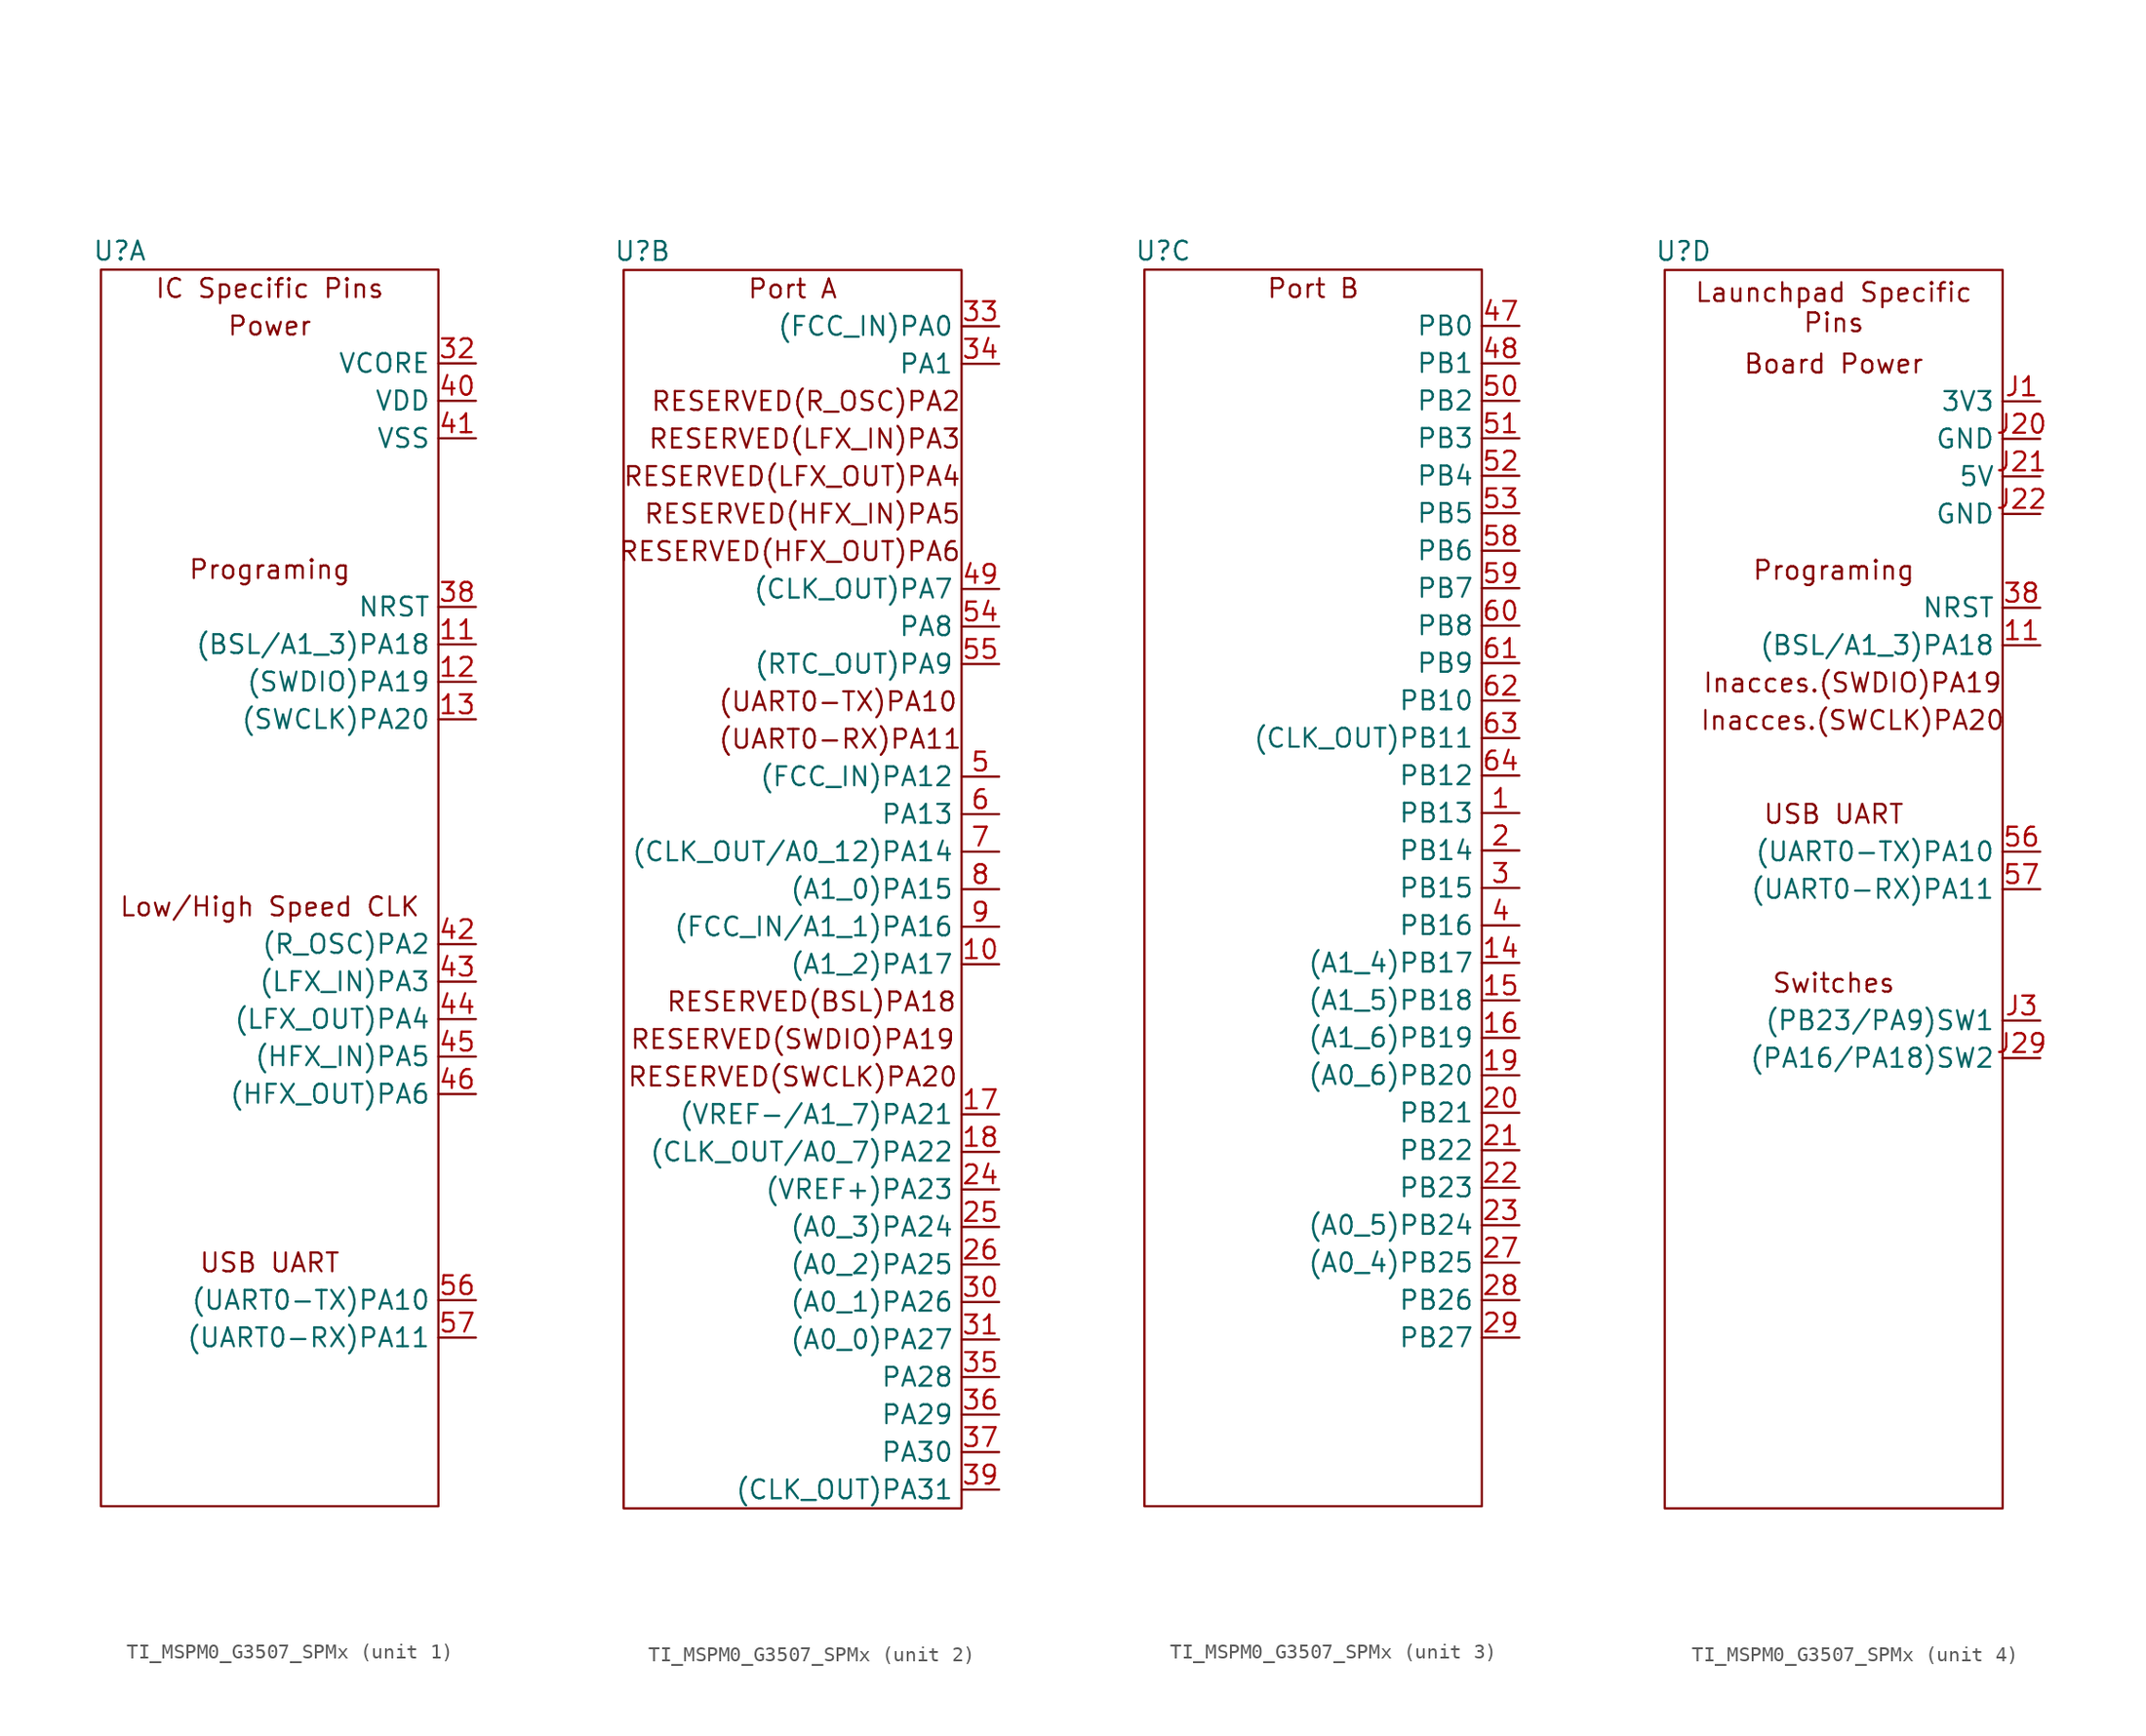
<source format=kicad_sym>
(kicad_symbol_lib
  (version 20220914)
  (generator kicad_symbol_editor)
  (symbol "TI_MSPM0_G3507_SPMx"
    (property "Reference" "U"
      (at 1.27 85.09 0)
      (effects (font (size 1.27 1.27))))
    (property "Value" ""
      (at 0 88.9 0)
      (effects (font (size 1.27 1.27))))
    (property "ki_locked" ""
      (at 0 0 0)
      (effects (font (size 1.27 1.27))))
    (symbol "TI_MSPM0_G3507_SPMx_1_1"
      (rectangle (start 0 83.82) (end 22.86 0) (stroke (width 0) (type default)) (fill (type none)))
      (text "IC Specific Pins" (at 11.43 82.55 0) (effects (font (size 1.27 1.27))))
      (text "Low/High Speed CLK" (at 11.43 40.64 0) (effects (font (size 1.27 1.27))))
      (text "Power\n" (at 11.43 80.01 0) (effects (font (size 1.27 1.27))))
      (text "Programing" (at 11.43 63.5 0) (effects (font (size 1.27 1.27))))
      (text "USB UART" (at 11.43 16.51 0) (effects (font (size 1.27 1.27))))
      (pin bidirectional line (at 25.4 58.42 180) (length 2.54) (name "(BSL/A1_3)PA18" (effects (font (size 1.27 1.27)))) (number "11" (effects (font (size 1.27 1.27)))))
      (pin bidirectional line (at 25.4 55.88 180) (length 2.54) (name "(SWDIO)PA19" (effects (font (size 1.27 1.27)))) (number "12" (effects (font (size 1.27 1.27)))))
      (pin bidirectional line (at 25.4 53.34 180) (length 2.54) (name "(SWCLK)PA20" (effects (font (size 1.27 1.27)))) (number "13" (effects (font (size 1.27 1.27)))))
      (pin bidirectional line (at 25.4 77.47 180) (length 2.54) (name "VCORE" (effects (font (size 1.27 1.27)))) (number "32" (effects (font (size 1.27 1.27)))))
      (pin bidirectional line (at 25.4 60.96 180) (length 2.54) (name "NRST" (effects (font (size 1.27 1.27)))) (number "38" (effects (font (size 1.27 1.27)))))
      (pin bidirectional line (at 25.4 74.93 180) (length 2.54) (name "VDD" (effects (font (size 1.27 1.27)))) (number "40" (effects (font (size 1.27 1.27)))))
      (pin bidirectional line (at 25.4 72.39 180) (length 2.54) (name "VSS" (effects (font (size 1.27 1.27)))) (number "41" (effects (font (size 1.27 1.27)))))
      (pin bidirectional line (at 25.4 38.1 180) (length 2.54) (name "(R_OSC)PA2" (effects (font (size 1.27 1.27)))) (number "42" (effects (font (size 1.27 1.27)))))
      (pin bidirectional line (at 25.4 35.56 180) (length 2.54) (name "(LFX_IN)PA3" (effects (font (size 1.27 1.27)))) (number "43" (effects (font (size 1.27 1.27)))))
      (pin bidirectional line (at 25.4 33.02 180) (length 2.54) (name "(LFX_OUT)PA4" (effects (font (size 1.27 1.27)))) (number "44" (effects (font (size 1.27 1.27)))))
      (pin bidirectional line (at 25.4 30.48 180) (length 2.54) (name "(HFX_IN)PA5" (effects (font (size 1.27 1.27)))) (number "45" (effects (font (size 1.27 1.27)))))
      (pin bidirectional line (at 25.4 27.94 180) (length 2.54) (name "(HFX_OUT)PA6" (effects (font (size 1.27 1.27)))) (number "46" (effects (font (size 1.27 1.27)))))
      (pin bidirectional line (at 25.4 13.97 180) (length 2.54) (name "(UART0-TX)PA10" (effects (font (size 1.27 1.27)))) (number "56" (effects (font (size 1.27 1.27)))))
      (pin bidirectional line (at 25.4 11.43 180) (length 2.54) (name "(UART0-RX)PA11" (effects (font (size 1.27 1.27)))) (number "57" (effects (font (size 1.27 1.27))))))
    (symbol "TI_MSPM0_G3507_SPMx_2_1"
      (rectangle (start 0 83.82) (end 22.86 0) (stroke (width 0) (type default)) (fill (type none)))
      (text "(UART0-RX)PA11\n" (at 6.35 52.07 0) (effects (font (size 1.27 1.27)) (justify left)))
      (text "(UART0-TX)PA10" (at 6.35 54.61 0) (effects (font (size 1.27 1.27)) (justify left)))
      (text "Port A" (at 11.43 82.55 0) (effects (font (size 1.27 1.27))))
      (text "RESERVED(BSL)PA18\n" (at 12.7 34.29 0) (effects (font (size 1.27 1.27))))
      (text "RESERVED(HFX_IN)PA5" (at 22.86 67.31 0) (effects (font (size 1.27 1.27)) (justify right)))
      (text "RESERVED(HFX_OUT)PA6" (at 22.86 64.77 0) (effects (font (size 1.27 1.27)) (justify right)))
      (text "RESERVED(LFX_IN)PA3\n" (at 22.86 72.39 0) (effects (font (size 1.27 1.27)) (justify right)))
      (text "RESERVED(LFX_OUT)PA4\n" (at 22.86 69.85 0) (effects (font (size 1.27 1.27)) (justify right)))
      (text "RESERVED(R_OSC)PA2\n" (at 22.86 74.93 0) (effects (font (size 1.27 1.27)) (justify right)))
      (text "RESERVED(SWCLK)PA20" (at 11.43 29.21 0) (effects (font (size 1.27 1.27))))
      (text "RESERVED(SWDIO)PA19" (at 11.43 31.75 0) (effects (font (size 1.27 1.27))))
      (pin bidirectional line (at 25.4 36.83 180) (length 2.54) (name "(A1_2)PA17" (effects (font (size 1.27 1.27)))) (number "10" (effects (font (size 1.27 1.27)))))
      (pin bidirectional line (at 25.4 26.67 180) (length 2.54) (name "(VREF-/A1_7)PA21" (effects (font (size 1.27 1.27)))) (number "17" (effects (font (size 1.27 1.27)))))
      (pin bidirectional line (at 25.4 24.13 180) (length 2.54) (name "(CLK_OUT/A0_7)PA22" (effects (font (size 1.27 1.27)))) (number "18" (effects (font (size 1.27 1.27)))))
      (pin bidirectional line (at 25.4 21.59 180) (length 2.54) (name "(VREF+)PA23" (effects (font (size 1.27 1.27)))) (number "24" (effects (font (size 1.27 1.27)))))
      (pin bidirectional line (at 25.4 19.05 180) (length 2.54) (name "(A0_3)PA24" (effects (font (size 1.27 1.27)))) (number "25" (effects (font (size 1.27 1.27)))))
      (pin bidirectional line (at 25.4 16.51 180) (length 2.54) (name "(A0_2)PA25" (effects (font (size 1.27 1.27)))) (number "26" (effects (font (size 1.27 1.27)))))
      (pin bidirectional line (at 25.4 13.97 180) (length 2.54) (name "(A0_1)PA26" (effects (font (size 1.27 1.27)))) (number "30" (effects (font (size 1.27 1.27)))))
      (pin bidirectional line (at 25.4 11.43 180) (length 2.54) (name "(A0_0)PA27" (effects (font (size 1.27 1.27)))) (number "31" (effects (font (size 1.27 1.27)))))
      (pin bidirectional line (at 25.4 80.01 180) (length 2.54) (name "(FCC_IN)PA0" (effects (font (size 1.27 1.27)))) (number "33" (effects (font (size 1.27 1.27)))))
      (pin bidirectional line (at 25.4 77.47 180) (length 2.54) (name "PA1" (effects (font (size 1.27 1.27)))) (number "34" (effects (font (size 1.27 1.27)))))
      (pin bidirectional line (at 25.4 8.89 180) (length 2.54) (name "PA28" (effects (font (size 1.27 1.27)))) (number "35" (effects (font (size 1.27 1.27)))))
      (pin bidirectional line (at 25.4 6.35 180) (length 2.54) (name "PA29" (effects (font (size 1.27 1.27)))) (number "36" (effects (font (size 1.27 1.27)))))
      (pin bidirectional line (at 25.4 3.81 180) (length 2.54) (name "PA30" (effects (font (size 1.27 1.27)))) (number "37" (effects (font (size 1.27 1.27)))))
      (pin bidirectional line (at 25.4 1.27 180) (length 2.54) (name "(CLK_OUT)PA31" (effects (font (size 1.27 1.27)))) (number "39" (effects (font (size 1.27 1.27)))))
      (pin bidirectional line (at 25.4 62.23 180) (length 2.54) (name "(CLK_OUT)PA7" (effects (font (size 1.27 1.27)))) (number "49" (effects (font (size 1.27 1.27)))))
      (pin bidirectional line (at 25.4 49.53 180) (length 2.54) (name "(FCC_IN)PA12" (effects (font (size 1.27 1.27)))) (number "5" (effects (font (size 1.27 1.27)))))
      (pin bidirectional line (at 25.4 59.69 180) (length 2.54) (name "PA8" (effects (font (size 1.27 1.27)))) (number "54" (effects (font (size 1.27 1.27)))))
      (pin bidirectional line (at 25.4 57.15 180) (length 2.54) (name "(RTC_OUT)PA9" (effects (font (size 1.27 1.27)))) (number "55" (effects (font (size 1.27 1.27)))))
      (pin bidirectional line (at 25.4 46.99 180) (length 2.54) (name "PA13" (effects (font (size 1.27 1.27)))) (number "6" (effects (font (size 1.27 1.27)))))
      (pin bidirectional line (at 25.4 44.45 180) (length 2.54) (name "(CLK_OUT/A0_12)PA14" (effects (font (size 1.27 1.27)))) (number "7" (effects (font (size 1.27 1.27)))))
      (pin bidirectional line (at 25.4 41.91 180) (length 2.54) (name "(A1_0)PA15" (effects (font (size 1.27 1.27)))) (number "8" (effects (font (size 1.27 1.27)))))
      (pin bidirectional line (at 25.4 39.37 180) (length 2.54) (name "(FCC_IN/A1_1)PA16" (effects (font (size 1.27 1.27)))) (number "9" (effects (font (size 1.27 1.27))))))
    (symbol "TI_MSPM0_G3507_SPMx_3_1"
      (rectangle (start 0 83.82) (end 22.86 0) (stroke (width 0) (type default)) (fill (type none)))
      (text "Port B" (at 11.43 82.55 0) (effects (font (size 1.27 1.27))))
      (pin bidirectional line (at 25.4 46.99 180) (length 2.54) (name "PB13" (effects (font (size 1.27 1.27)))) (number "1" (effects (font (size 1.27 1.27)))))
      (pin bidirectional line (at 25.4 36.83 180) (length 2.54) (name "(A1_4)PB17" (effects (font (size 1.27 1.27)))) (number "14" (effects (font (size 1.27 1.27)))))
      (pin bidirectional line (at 25.4 34.29 180) (length 2.54) (name "(A1_5)PB18" (effects (font (size 1.27 1.27)))) (number "15" (effects (font (size 1.27 1.27)))))
      (pin bidirectional line (at 25.4 31.75 180) (length 2.54) (name "(A1_6)PB19" (effects (font (size 1.27 1.27)))) (number "16" (effects (font (size 1.27 1.27)))))
      (pin bidirectional line (at 25.4 29.21 180) (length 2.54) (name "(A0_6)PB20" (effects (font (size 1.27 1.27)))) (number "19" (effects (font (size 1.27 1.27)))))
      (pin bidirectional line (at 25.4 44.45 180) (length 2.54) (name "PB14" (effects (font (size 1.27 1.27)))) (number "2" (effects (font (size 1.27 1.27)))))
      (pin bidirectional line (at 25.4 26.67 180) (length 2.54) (name "PB21" (effects (font (size 1.27 1.27)))) (number "20" (effects (font (size 1.27 1.27)))))
      (pin bidirectional line (at 25.4 24.13 180) (length 2.54) (name "PB22" (effects (font (size 1.27 1.27)))) (number "21" (effects (font (size 1.27 1.27)))))
      (pin bidirectional line (at 25.4 21.59 180) (length 2.54) (name "PB23" (effects (font (size 1.27 1.27)))) (number "22" (effects (font (size 1.27 1.27)))))
      (pin bidirectional line (at 25.4 19.05 180) (length 2.54) (name "(A0_5)PB24" (effects (font (size 1.27 1.27)))) (number "23" (effects (font (size 1.27 1.27)))))
      (pin bidirectional line (at 25.4 16.51 180) (length 2.54) (name "(A0_4)PB25" (effects (font (size 1.27 1.27)))) (number "27" (effects (font (size 1.27 1.27)))))
      (pin bidirectional line (at 25.4 13.97 180) (length 2.54) (name "PB26" (effects (font (size 1.27 1.27)))) (number "28" (effects (font (size 1.27 1.27)))))
      (pin bidirectional line (at 25.4 11.43 180) (length 2.54) (name "PB27" (effects (font (size 1.27 1.27)))) (number "29" (effects (font (size 1.27 1.27)))))
      (pin bidirectional line (at 25.4 41.91 180) (length 2.54) (name "PB15" (effects (font (size 1.27 1.27)))) (number "3" (effects (font (size 1.27 1.27)))))
      (pin bidirectional line (at 25.4 39.37 180) (length 2.54) (name "PB16" (effects (font (size 1.27 1.27)))) (number "4" (effects (font (size 1.27 1.27)))))
      (pin bidirectional line (at 25.4 80.01 180) (length 2.54) (name "PB0" (effects (font (size 1.27 1.27)))) (number "47" (effects (font (size 1.27 1.27)))))
      (pin bidirectional line (at 25.4 77.47 180) (length 2.54) (name "PB1" (effects (font (size 1.27 1.27)))) (number "48" (effects (font (size 1.27 1.27)))))
      (pin bidirectional line (at 25.4 74.93 180) (length 2.54) (name "PB2" (effects (font (size 1.27 1.27)))) (number "50" (effects (font (size 1.27 1.27)))))
      (pin bidirectional line (at 25.4 72.39 180) (length 2.54) (name "PB3" (effects (font (size 1.27 1.27)))) (number "51" (effects (font (size 1.27 1.27)))))
      (pin bidirectional line (at 25.4 69.85 180) (length 2.54) (name "PB4" (effects (font (size 1.27 1.27)))) (number "52" (effects (font (size 1.27 1.27)))))
      (pin bidirectional line (at 25.4 67.31 180) (length 2.54) (name "PB5" (effects (font (size 1.27 1.27)))) (number "53" (effects (font (size 1.27 1.27)))))
      (pin bidirectional line (at 25.4 64.77 180) (length 2.54) (name "PB6" (effects (font (size 1.27 1.27)))) (number "58" (effects (font (size 1.27 1.27)))))
      (pin bidirectional line (at 25.4 62.23 180) (length 2.54) (name "PB7" (effects (font (size 1.27 1.27)))) (number "59" (effects (font (size 1.27 1.27)))))
      (pin bidirectional line (at 25.4 59.69 180) (length 2.54) (name "PB8" (effects (font (size 1.27 1.27)))) (number "60" (effects (font (size 1.27 1.27)))))
      (pin bidirectional line (at 25.4 57.15 180) (length 2.54) (name "PB9" (effects (font (size 1.27 1.27)))) (number "61" (effects (font (size 1.27 1.27)))))
      (pin bidirectional line (at 25.4 54.61 180) (length 2.54) (name "PB10" (effects (font (size 1.27 1.27)))) (number "62" (effects (font (size 1.27 1.27)))))
      (pin bidirectional line (at 25.4 52.07 180) (length 2.54) (name "(CLK_OUT)PB11" (effects (font (size 1.27 1.27)))) (number "63" (effects (font (size 1.27 1.27)))))
      (pin bidirectional line (at 25.4 49.53 180) (length 2.54) (name "PB12" (effects (font (size 1.27 1.27)))) (number "64" (effects (font (size 1.27 1.27))))))
    (symbol "TI_MSPM0_G3507_SPMx_4_1"
      (rectangle (start 0 83.82) (end 22.86 0) (stroke (width 0) (type default)) (fill (type none)))
      (text "Board Power" (at 11.43 77.47 0) (effects (font (size 1.27 1.27))))
      (text "Inacces.(SWCLK)PA20" (at 12.7 53.34 0) (effects (font (size 1.27 1.27))))
      (text "Inacces.(SWDIO)PA19" (at 12.7 55.88 0) (effects (font (size 1.27 1.27))))
      (text "Launchpad Specific\nPins" (at 11.43 81.28 0) (effects (font (size 1.27 1.27))))
      (text "Programing" (at 11.43 63.5 0) (effects (font (size 1.27 1.27))))
      (text "Switches" (at 11.43 35.56 0) (effects (font (size 1.27 1.27))))
      (text "USB UART" (at 11.43 46.99 0) (effects (font (size 1.27 1.27))))
      (pin bidirectional line (at 25.4 58.42 180) (length 2.54) (name "(BSL/A1_3)PA18" (effects (font (size 1.27 1.27)))) (number "11" (effects (font (size 1.27 1.27)))))
      (pin bidirectional line (at 25.4 60.96 180) (length 2.54) (name "NRST" (effects (font (size 1.27 1.27)))) (number "38" (effects (font (size 1.27 1.27)))))
      (pin bidirectional line (at 25.4 44.45 180) (length 2.54) (name "(UART0-TX)PA10" (effects (font (size 1.27 1.27)))) (number "56" (effects (font (size 1.27 1.27)))))
      (pin bidirectional line (at 25.4 41.91 180) (length 2.54) (name "(UART0-RX)PA11" (effects (font (size 1.27 1.27)))) (number "57" (effects (font (size 1.27 1.27)))))
      (pin bidirectional line (at 25.4 74.93 180) (length 2.54) (name "3V3" (effects (font (size 1.27 1.27)))) (number "J1" (effects (font (size 1.27 1.27)))))
      (pin bidirectional line (at 25.4 72.39 180) (length 2.54) (name "GND" (effects (font (size 1.27 1.27)))) (number "J20" (effects (font (size 1.27 1.27)))))
      (pin bidirectional line (at 25.4 69.85 180) (length 2.54) (name "5V" (effects (font (size 1.27 1.27)))) (number "J21" (effects (font (size 1.27 1.27)))))
      (pin bidirectional line (at 25.4 67.31 180) (length 2.54) (name "GND" (effects (font (size 1.27 1.27)))) (number "J22" (effects (font (size 1.27 1.27)))))
      (pin bidirectional line (at 25.4 30.48 180) (length 2.54) (name "(PA16/PA18)SW2" (effects (font (size 1.27 1.27)))) (number "J29" (effects (font (size 1.27 1.27)))))
      (pin bidirectional line (at 25.4 33.02 180) (length 2.54) (name "(PB23/PA9)SW1" (effects (font (size 1.27 1.27)))) (number "J3" (effects (font (size 1.27 1.27))))))))
</source>
